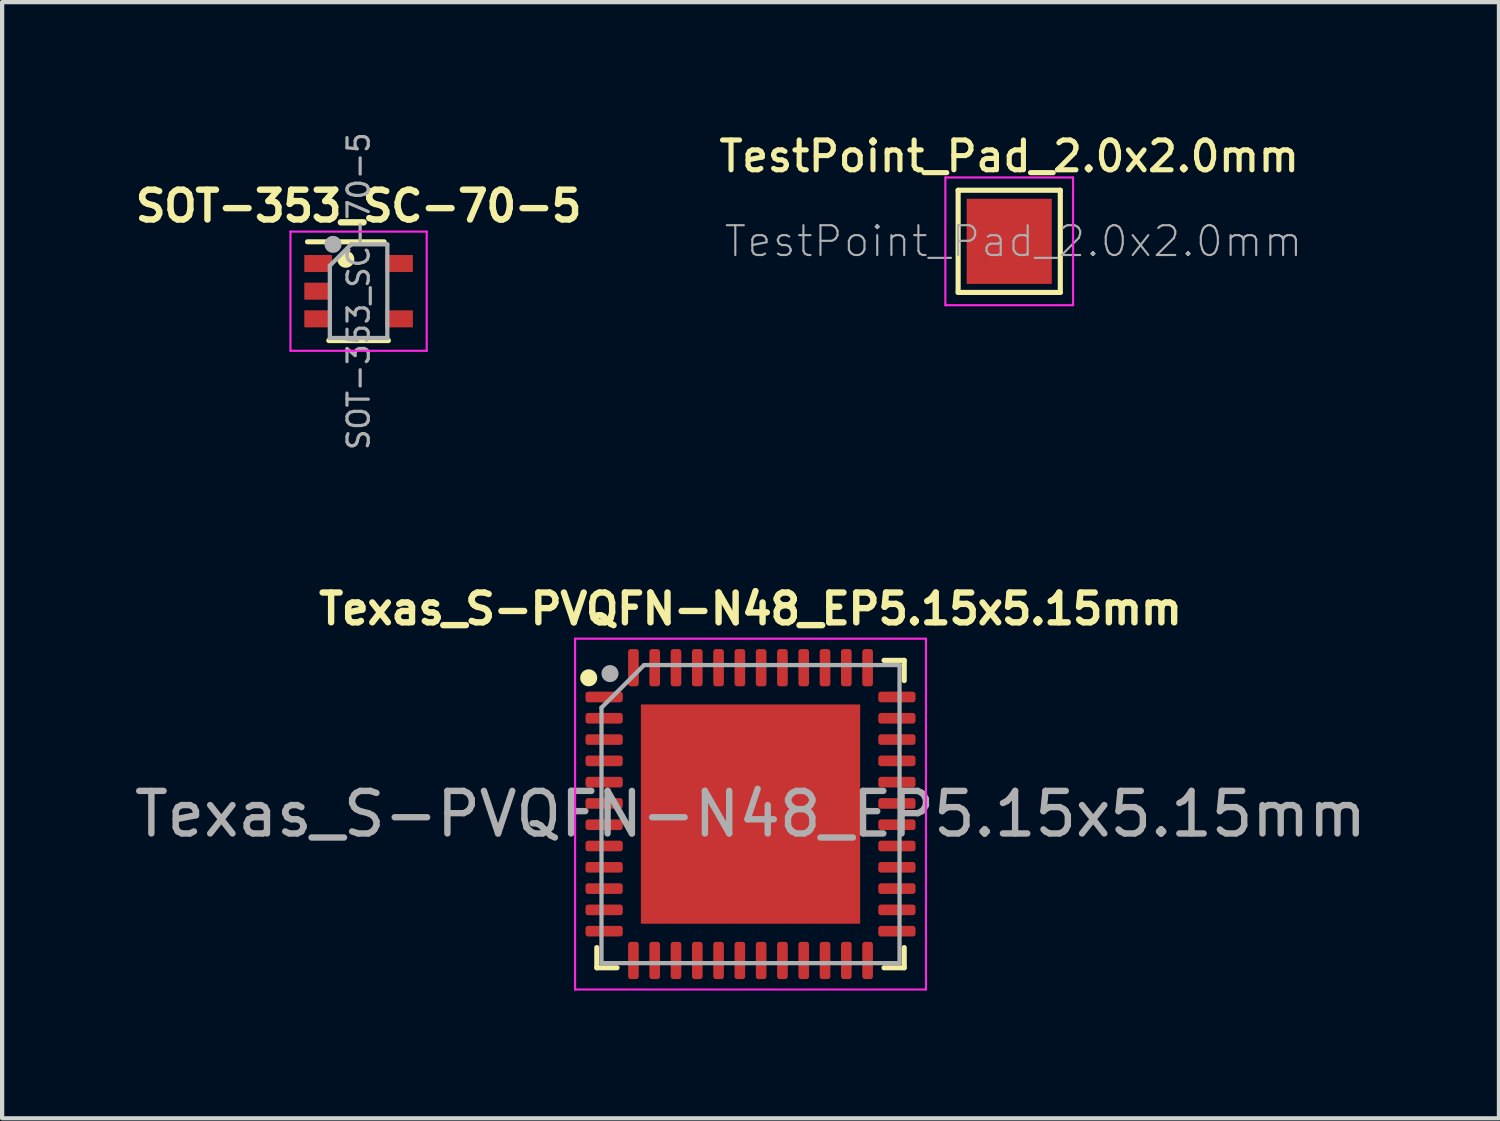
<source format=kicad_pcb>
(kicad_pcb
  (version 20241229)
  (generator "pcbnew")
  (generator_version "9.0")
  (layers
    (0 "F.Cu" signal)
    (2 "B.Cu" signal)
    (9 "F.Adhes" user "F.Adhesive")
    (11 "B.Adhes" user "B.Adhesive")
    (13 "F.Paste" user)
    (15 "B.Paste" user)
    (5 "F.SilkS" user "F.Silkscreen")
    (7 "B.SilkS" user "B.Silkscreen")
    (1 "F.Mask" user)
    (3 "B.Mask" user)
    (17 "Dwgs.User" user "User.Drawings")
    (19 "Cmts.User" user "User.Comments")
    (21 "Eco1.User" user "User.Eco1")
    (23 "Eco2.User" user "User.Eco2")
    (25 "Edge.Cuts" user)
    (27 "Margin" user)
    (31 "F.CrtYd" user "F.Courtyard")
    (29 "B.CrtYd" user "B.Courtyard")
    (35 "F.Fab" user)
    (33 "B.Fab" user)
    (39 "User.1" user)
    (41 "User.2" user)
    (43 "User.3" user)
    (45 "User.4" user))
  (footprint "TestPoint_Pad_2.0x2.0mm"
    (layer "F.Cu")
    (at 20.653 2.618)
    (property "Reference" "TestPoint_Pad_2.0x2.0mm" (at 0 -1.998 0) (layer "F.SilkS") (effects (font (size 0.7 0.7) (thickness 0.12))))
    (attr exclude_from_pos_files exclude_from_bom)
    (fp_line (start -1.2 -1.2) (end 1.2 -1.2) (stroke (width 0.12) (type solid)) (layer "F.SilkS"))
    (fp_line (start -1.2 1.2) (end -1.2 -1.2) (stroke (width 0.12) (type solid)) (layer "F.SilkS"))
    (fp_line (start 1.2 -1.2) (end 1.2 1.2) (stroke (width 0.12) (type solid)) (layer "F.SilkS"))
    (fp_line (start 1.2 1.2) (end -1.2 1.2) (stroke (width 0.12) (type solid)) (layer "F.SilkS"))
    (fp_line (start -1.5 -1.5) (end -1.5 1.5) (stroke (width 0.05) (type solid)) (layer "F.CrtYd"))
    (fp_line (start -1.5 -1.5) (end 1.5 -1.5) (stroke (width 0.05) (type solid)) (layer "F.CrtYd"))
    (fp_line (start 1.5 1.5) (end -1.5 1.5) (stroke (width 0.05) (type solid)) (layer "F.CrtYd"))
    (fp_line (start 1.5 1.5) (end 1.5 -1.5) (stroke (width 0.05) (type solid)) (layer "F.CrtYd"))
    (fp_text user "${REFERENCE}" (at 0.1 0 0) (layer "F.Fab") (effects (font (size 0.7 0.7) (thickness 0.05))))
    (pad "1" smd rect (at 0 0) (size 2 2) (layers "F.Cu" "F.Mask")))
  (footprint "SOT-353_SC-70-5"
    (layer "F.Cu")
    (at 5.372 3.789)
    (property "Reference" "SOT-353_SC-70-5" (at 0 -2 0) (layer "F.SilkS") (effects (font (size 0.7 0.7) (thickness 0.15))))
    (attr smd)
    (fp_line (start -0.7 1.16) (end 0.7 1.16) (stroke (width 0.12) (type solid)) (layer "F.SilkS"))
    (fp_line (start 0.6 -1.16) (end -1.2 -1.16) (stroke (width 0.12) (type solid)) (layer "F.SilkS"))
    (fp_circle (center -0.3 -0.75) (end -0.2 -0.75) (stroke (width 0.2) (type solid)) (fill no) (layer "F.SilkS"))
    (fp_line (start -1.6 -1.4) (end -1.6 1.4) (stroke (width 0.05) (type solid)) (layer "F.CrtYd"))
    (fp_line (start -1.6 -1.4) (end 1.6 -1.4) (stroke (width 0.05) (type solid)) (layer "F.CrtYd"))
    (fp_line (start -1.6 1.4) (end 1.6 1.4) (stroke (width 0.05) (type solid)) (layer "F.CrtYd"))
    (fp_line (start 1.6 1.4) (end 1.6 -1.4) (stroke (width 0.05) (type solid)) (layer "F.CrtYd"))
    (fp_line (start -0.675 -0.6) (end -0.675 1.1) (stroke (width 0.1) (type solid)) (layer "F.Fab"))
    (fp_line (start -0.175 -1.1) (end -0.675 -0.6) (stroke (width 0.1) (type solid)) (layer "F.Fab"))
    (fp_line (start 0.675 -1.1) (end -0.175 -1.1) (stroke (width 0.1) (type solid)) (layer "F.Fab"))
    (fp_line (start 0.675 -1.1) (end 0.675 1.1) (stroke (width 0.1) (type solid)) (layer "F.Fab"))
    (fp_line (start 0.675 1.1) (end -0.675 1.1) (stroke (width 0.1) (type solid)) (layer "F.Fab"))
    (fp_circle (center -0.6 -1.1) (end -0.5 -1.1) (stroke (width 0.2) (type solid)) (fill no) (layer "F.Fab"))
    (fp_text user "${REFERENCE}" (at 0 0 90) (layer "F.Fab") (effects (font (size 0.5 0.5) (thickness 0.075))))
    (pad "1" smd rect (at -0.95 -0.65) (size 0.65 0.4) (layers "F.Cu" "F.Mask" "F.Paste"))
    (pad "2" smd rect (at -0.95 0) (size 0.65 0.4) (layers "F.Cu" "F.Mask" "F.Paste"))
    (pad "3" smd rect (at -0.95 0.65) (size 0.65 0.4) (layers "F.Cu" "F.Mask" "F.Paste"))
    (pad "4" smd rect (at 0.95 0.65) (size 0.65 0.4) (layers "F.Cu" "F.Mask" "F.Paste"))
    (pad "5" smd rect (at 0.95 -0.65) (size 0.65 0.4) (layers "F.Cu" "F.Mask" "F.Paste")))
  (footprint "Texas_S-PVQFN-N48_EP5.15x5.15mm"
    (layer "F.Cu")
    (at 14.577 16.07)
    (property "Reference" "Texas_S-PVQFN-N48_EP5.15x5.15mm" (at 0 -4.82 0) (layer "F.SilkS") (effects (font (size 0.7 0.7) (thickness 0.15))))
    (attr smd)
    (fp_line (start -3.61 3.61) (end -3.61 3.135) (stroke (width 0.12) (type solid)) (layer "F.SilkS"))
    (fp_line (start -3.135 3.61) (end -3.61 3.61) (stroke (width 0.12) (type solid)) (layer "F.SilkS"))
    (fp_line (start 3.135 -3.61) (end 3.61 -3.61) (stroke (width 0.12) (type solid)) (layer "F.SilkS"))
    (fp_line (start 3.135 3.61) (end 3.61 3.61) (stroke (width 0.12) (type solid)) (layer "F.SilkS"))
    (fp_line (start 3.61 -3.61) (end 3.61 -3.135) (stroke (width 0.12) (type solid)) (layer "F.SilkS"))
    (fp_line (start 3.61 3.61) (end 3.61 3.135) (stroke (width 0.12) (type solid)) (layer "F.SilkS"))
    (fp_circle (center -3.8 -3.2) (end -3.7 -3.2) (stroke (width 0.2) (type solid)) (fill no) (layer "F.SilkS"))
    (fp_line (start -4.12 -4.12) (end -4.12 4.12) (stroke (width 0.05) (type solid)) (layer "F.CrtYd"))
    (fp_line (start -4.12 4.12) (end 4.12 4.12) (stroke (width 0.05) (type solid)) (layer "F.CrtYd"))
    (fp_line (start 4.12 -4.12) (end -4.12 -4.12) (stroke (width 0.05) (type solid)) (layer "F.CrtYd"))
    (fp_line (start 4.12 4.12) (end 4.12 -4.12) (stroke (width 0.05) (type solid)) (layer "F.CrtYd"))
    (fp_line (start -3.5 -2.5) (end -2.5 -3.5) (stroke (width 0.1) (type solid)) (layer "F.Fab"))
    (fp_line (start -3.5 3.5) (end -3.5 -2.5) (stroke (width 0.1) (type solid)) (layer "F.Fab"))
    (fp_line (start -2.5 -3.5) (end 3.5 -3.5) (stroke (width 0.1) (type solid)) (layer "F.Fab"))
    (fp_line (start 3.5 -3.5) (end 3.5 3.5) (stroke (width 0.1) (type solid)) (layer "F.Fab"))
    (fp_line (start 3.5 3.5) (end -3.5 3.5) (stroke (width 0.1) (type solid)) (layer "F.Fab"))
    (fp_circle (center -3.3 -3.3) (end -3.2 -3.3) (stroke (width 0.2) (type solid)) (fill no) (layer "F.Fab"))
    (fp_text user "${REFERENCE}" (at 0 0 0) (layer "F.Fab") (effects (font (size 1 1) (thickness 0.15))))
    (pad "" smd roundrect (at -1.935 -1.935) (size 1.04 1.04) (layers "F.Paste") (roundrect_rratio 0.24))
    (pad "" smd roundrect (at -1.935 -0.645) (size 1.04 1.04) (layers "F.Paste") (roundrect_rratio 0.24))
    (pad "" smd roundrect (at -1.935 0.645) (size 1.04 1.04) (layers "F.Paste") (roundrect_rratio 0.24))
    (pad "" smd roundrect (at -1.935 1.935) (size 1.04 1.04) (layers "F.Paste") (roundrect_rratio 0.24))
    (pad "" smd roundrect (at -0.645 -1.935) (size 1.04 1.04) (layers "F.Paste") (roundrect_rratio 0.24))
    (pad "" smd roundrect (at -0.645 -0.645) (size 1.04 1.04) (layers "F.Paste") (roundrect_rratio 0.24))
    (pad "" smd roundrect (at -0.645 0.645) (size 1.04 1.04) (layers "F.Paste") (roundrect_rratio 0.24))
    (pad "" smd roundrect (at -0.645 1.935) (size 1.04 1.04) (layers "F.Paste") (roundrect_rratio 0.24))
    (pad "" smd roundrect (at 0.645 -1.935) (size 1.04 1.04) (layers "F.Paste") (roundrect_rratio 0.24))
    (pad "" smd roundrect (at 0.645 -0.645) (size 1.04 1.04) (layers "F.Paste") (roundrect_rratio 0.24))
    (pad "" smd roundrect (at 0.645 0.645) (size 1.04 1.04) (layers "F.Paste") (roundrect_rratio 0.24))
    (pad "" smd roundrect (at 0.645 1.935) (size 1.04 1.04) (layers "F.Paste") (roundrect_rratio 0.24))
    (pad "" smd roundrect (at 1.935 -1.935) (size 1.04 1.04) (layers "F.Paste") (roundrect_rratio 0.24))
    (pad "" smd roundrect (at 1.935 -0.645) (size 1.04 1.04) (layers "F.Paste") (roundrect_rratio 0.24))
    (pad "" smd roundrect (at 1.935 0.645) (size 1.04 1.04) (layers "F.Paste") (roundrect_rratio 0.24))
    (pad "" smd roundrect (at 1.935 1.935) (size 1.04 1.04) (layers "F.Paste") (roundrect_rratio 0.24))
    (pad "1" smd roundrect (at -3.438 -2.75) (size 0.875 0.25) (layers "F.Cu" "F.Mask" "F.Paste") (roundrect_rratio 0.25))
    (pad "2" smd roundrect (at -3.438 -2.25) (size 0.875 0.25) (layers "F.Cu" "F.Mask" "F.Paste") (roundrect_rratio 0.25))
    (pad "3" smd roundrect (at -3.438 -1.75) (size 0.875 0.25) (layers "F.Cu" "F.Mask" "F.Paste") (roundrect_rratio 0.25))
    (pad "4" smd roundrect (at -3.438 -1.25) (size 0.875 0.25) (layers "F.Cu" "F.Mask" "F.Paste") (roundrect_rratio 0.25))
    (pad "5" smd roundrect (at -3.438 -0.75) (size 0.875 0.25) (layers "F.Cu" "F.Mask" "F.Paste") (roundrect_rratio 0.25))
    (pad "6" smd roundrect (at -3.438 -0.25) (size 0.875 0.25) (layers "F.Cu" "F.Mask" "F.Paste") (roundrect_rratio 0.25))
    (pad "7" smd roundrect (at -3.438 0.25) (size 0.875 0.25) (layers "F.Cu" "F.Mask" "F.Paste") (roundrect_rratio 0.25))
    (pad "8" smd roundrect (at -3.438 0.75) (size 0.875 0.25) (layers "F.Cu" "F.Mask" "F.Paste") (roundrect_rratio 0.25))
    (pad "9" smd roundrect (at -3.438 1.25) (size 0.875 0.25) (layers "F.Cu" "F.Mask" "F.Paste") (roundrect_rratio 0.25))
    (pad "10" smd roundrect (at -3.438 1.75) (size 0.875 0.25) (layers "F.Cu" "F.Mask" "F.Paste") (roundrect_rratio 0.25))
    (pad "11" smd roundrect (at -3.438 2.25) (size 0.875 0.25) (layers "F.Cu" "F.Mask" "F.Paste") (roundrect_rratio 0.25))
    (pad "12" smd roundrect (at -3.438 2.75) (size 0.875 0.25) (layers "F.Cu" "F.Mask" "F.Paste") (roundrect_rratio 0.25))
    (pad "13" smd roundrect (at -2.75 3.438) (size 0.25 0.875) (layers "F.Cu" "F.Mask" "F.Paste") (roundrect_rratio 0.25))
    (pad "14" smd roundrect (at -2.25 3.438) (size 0.25 0.875) (layers "F.Cu" "F.Mask" "F.Paste") (roundrect_rratio 0.25))
    (pad "15" smd roundrect (at -1.75 3.438) (size 0.25 0.875) (layers "F.Cu" "F.Mask" "F.Paste") (roundrect_rratio 0.25))
    (pad "16" smd roundrect (at -1.25 3.438) (size 0.25 0.875) (layers "F.Cu" "F.Mask" "F.Paste") (roundrect_rratio 0.25))
    (pad "17" smd roundrect (at -0.75 3.438) (size 0.25 0.875) (layers "F.Cu" "F.Mask" "F.Paste") (roundrect_rratio 0.25))
    (pad "18" smd roundrect (at -0.25 3.438) (size 0.25 0.875) (layers "F.Cu" "F.Mask" "F.Paste") (roundrect_rratio 0.25))
    (pad "19" smd roundrect (at 0.25 3.438) (size 0.25 0.875) (layers "F.Cu" "F.Mask" "F.Paste") (roundrect_rratio 0.25))
    (pad "20" smd roundrect (at 0.75 3.438) (size 0.25 0.875) (layers "F.Cu" "F.Mask" "F.Paste") (roundrect_rratio 0.25))
    (pad "21" smd roundrect (at 1.25 3.438) (size 0.25 0.875) (layers "F.Cu" "F.Mask" "F.Paste") (roundrect_rratio 0.25))
    (pad "22" smd roundrect (at 1.75 3.438) (size 0.25 0.875) (layers "F.Cu" "F.Mask" "F.Paste") (roundrect_rratio 0.25))
    (pad "23" smd roundrect (at 2.25 3.438) (size 0.25 0.875) (layers "F.Cu" "F.Mask" "F.Paste") (roundrect_rratio 0.25))
    (pad "24" smd roundrect (at 2.75 3.438) (size 0.25 0.875) (layers "F.Cu" "F.Mask" "F.Paste") (roundrect_rratio 0.25))
    (pad "25" smd roundrect (at 3.438 2.75) (size 0.875 0.25) (layers "F.Cu" "F.Mask" "F.Paste") (roundrect_rratio 0.25))
    (pad "26" smd roundrect (at 3.438 2.25) (size 0.875 0.25) (layers "F.Cu" "F.Mask" "F.Paste") (roundrect_rratio 0.25))
    (pad "27" smd roundrect (at 3.438 1.75) (size 0.875 0.25) (layers "F.Cu" "F.Mask" "F.Paste") (roundrect_rratio 0.25))
    (pad "28" smd roundrect (at 3.438 1.25) (size 0.875 0.25) (layers "F.Cu" "F.Mask" "F.Paste") (roundrect_rratio 0.25))
    (pad "29" smd roundrect (at 3.438 0.75) (size 0.875 0.25) (layers "F.Cu" "F.Mask" "F.Paste") (roundrect_rratio 0.25))
    (pad "30" smd roundrect (at 3.438 0.25) (size 0.875 0.25) (layers "F.Cu" "F.Mask" "F.Paste") (roundrect_rratio 0.25))
    (pad "31" smd roundrect (at 3.438 -0.25) (size 0.875 0.25) (layers "F.Cu" "F.Mask" "F.Paste") (roundrect_rratio 0.25))
    (pad "32" smd roundrect (at 3.438 -0.75) (size 0.875 0.25) (layers "F.Cu" "F.Mask" "F.Paste") (roundrect_rratio 0.25))
    (pad "33" smd roundrect (at 3.438 -1.25) (size 0.875 0.25) (layers "F.Cu" "F.Mask" "F.Paste") (roundrect_rratio 0.25))
    (pad "34" smd roundrect (at 3.438 -1.75) (size 0.875 0.25) (layers "F.Cu" "F.Mask" "F.Paste") (roundrect_rratio 0.25))
    (pad "35" smd roundrect (at 3.438 -2.25) (size 0.875 0.25) (layers "F.Cu" "F.Mask" "F.Paste") (roundrect_rratio 0.25))
    (pad "36" smd roundrect (at 3.438 -2.75) (size 0.875 0.25) (layers "F.Cu" "F.Mask" "F.Paste") (roundrect_rratio 0.25))
    (pad "37" smd roundrect (at 2.75 -3.438) (size 0.25 0.875) (layers "F.Cu" "F.Mask" "F.Paste") (roundrect_rratio 0.25))
    (pad "38" smd roundrect (at 2.25 -3.438) (size 0.25 0.875) (layers "F.Cu" "F.Mask" "F.Paste") (roundrect_rratio 0.25))
    (pad "39" smd roundrect (at 1.75 -3.438) (size 0.25 0.875) (layers "F.Cu" "F.Mask" "F.Paste") (roundrect_rratio 0.25))
    (pad "40" smd roundrect (at 1.25 -3.438) (size 0.25 0.875) (layers "F.Cu" "F.Mask" "F.Paste") (roundrect_rratio 0.25))
    (pad "41" smd roundrect (at 0.75 -3.438) (size 0.25 0.875) (layers "F.Cu" "F.Mask" "F.Paste") (roundrect_rratio 0.25))
    (pad "42" smd roundrect (at 0.25 -3.438) (size 0.25 0.875) (layers "F.Cu" "F.Mask" "F.Paste") (roundrect_rratio 0.25))
    (pad "43" smd roundrect (at -0.25 -3.438) (size 0.25 0.875) (layers "F.Cu" "F.Mask" "F.Paste") (roundrect_rratio 0.25))
    (pad "44" smd roundrect (at -0.75 -3.438) (size 0.25 0.875) (layers "F.Cu" "F.Mask" "F.Paste") (roundrect_rratio 0.25))
    (pad "45" smd roundrect (at -1.25 -3.438) (size 0.25 0.875) (layers "F.Cu" "F.Mask" "F.Paste") (roundrect_rratio 0.25))
    (pad "46" smd roundrect (at -1.75 -3.438) (size 0.25 0.875) (layers "F.Cu" "F.Mask" "F.Paste") (roundrect_rratio 0.25))
    (pad "47" smd roundrect (at -2.25 -3.438) (size 0.25 0.875) (layers "F.Cu" "F.Mask" "F.Paste") (roundrect_rratio 0.25))
    (pad "48" smd roundrect (at -2.75 -3.438) (size 0.25 0.875) (layers "F.Cu" "F.Mask" "F.Paste") (roundrect_rratio 0.25))
    (pad "49" smd rect (at 0 0) (size 5.15 5.15) (layers "F.Cu" "F.Mask")))
  (gr_rect
    (start -3 -3)
    (end 32.155 23.215)
    (stroke (width 0.1) (type default))
    (fill no)
    (layer "Edge.Cuts")))
</source>
